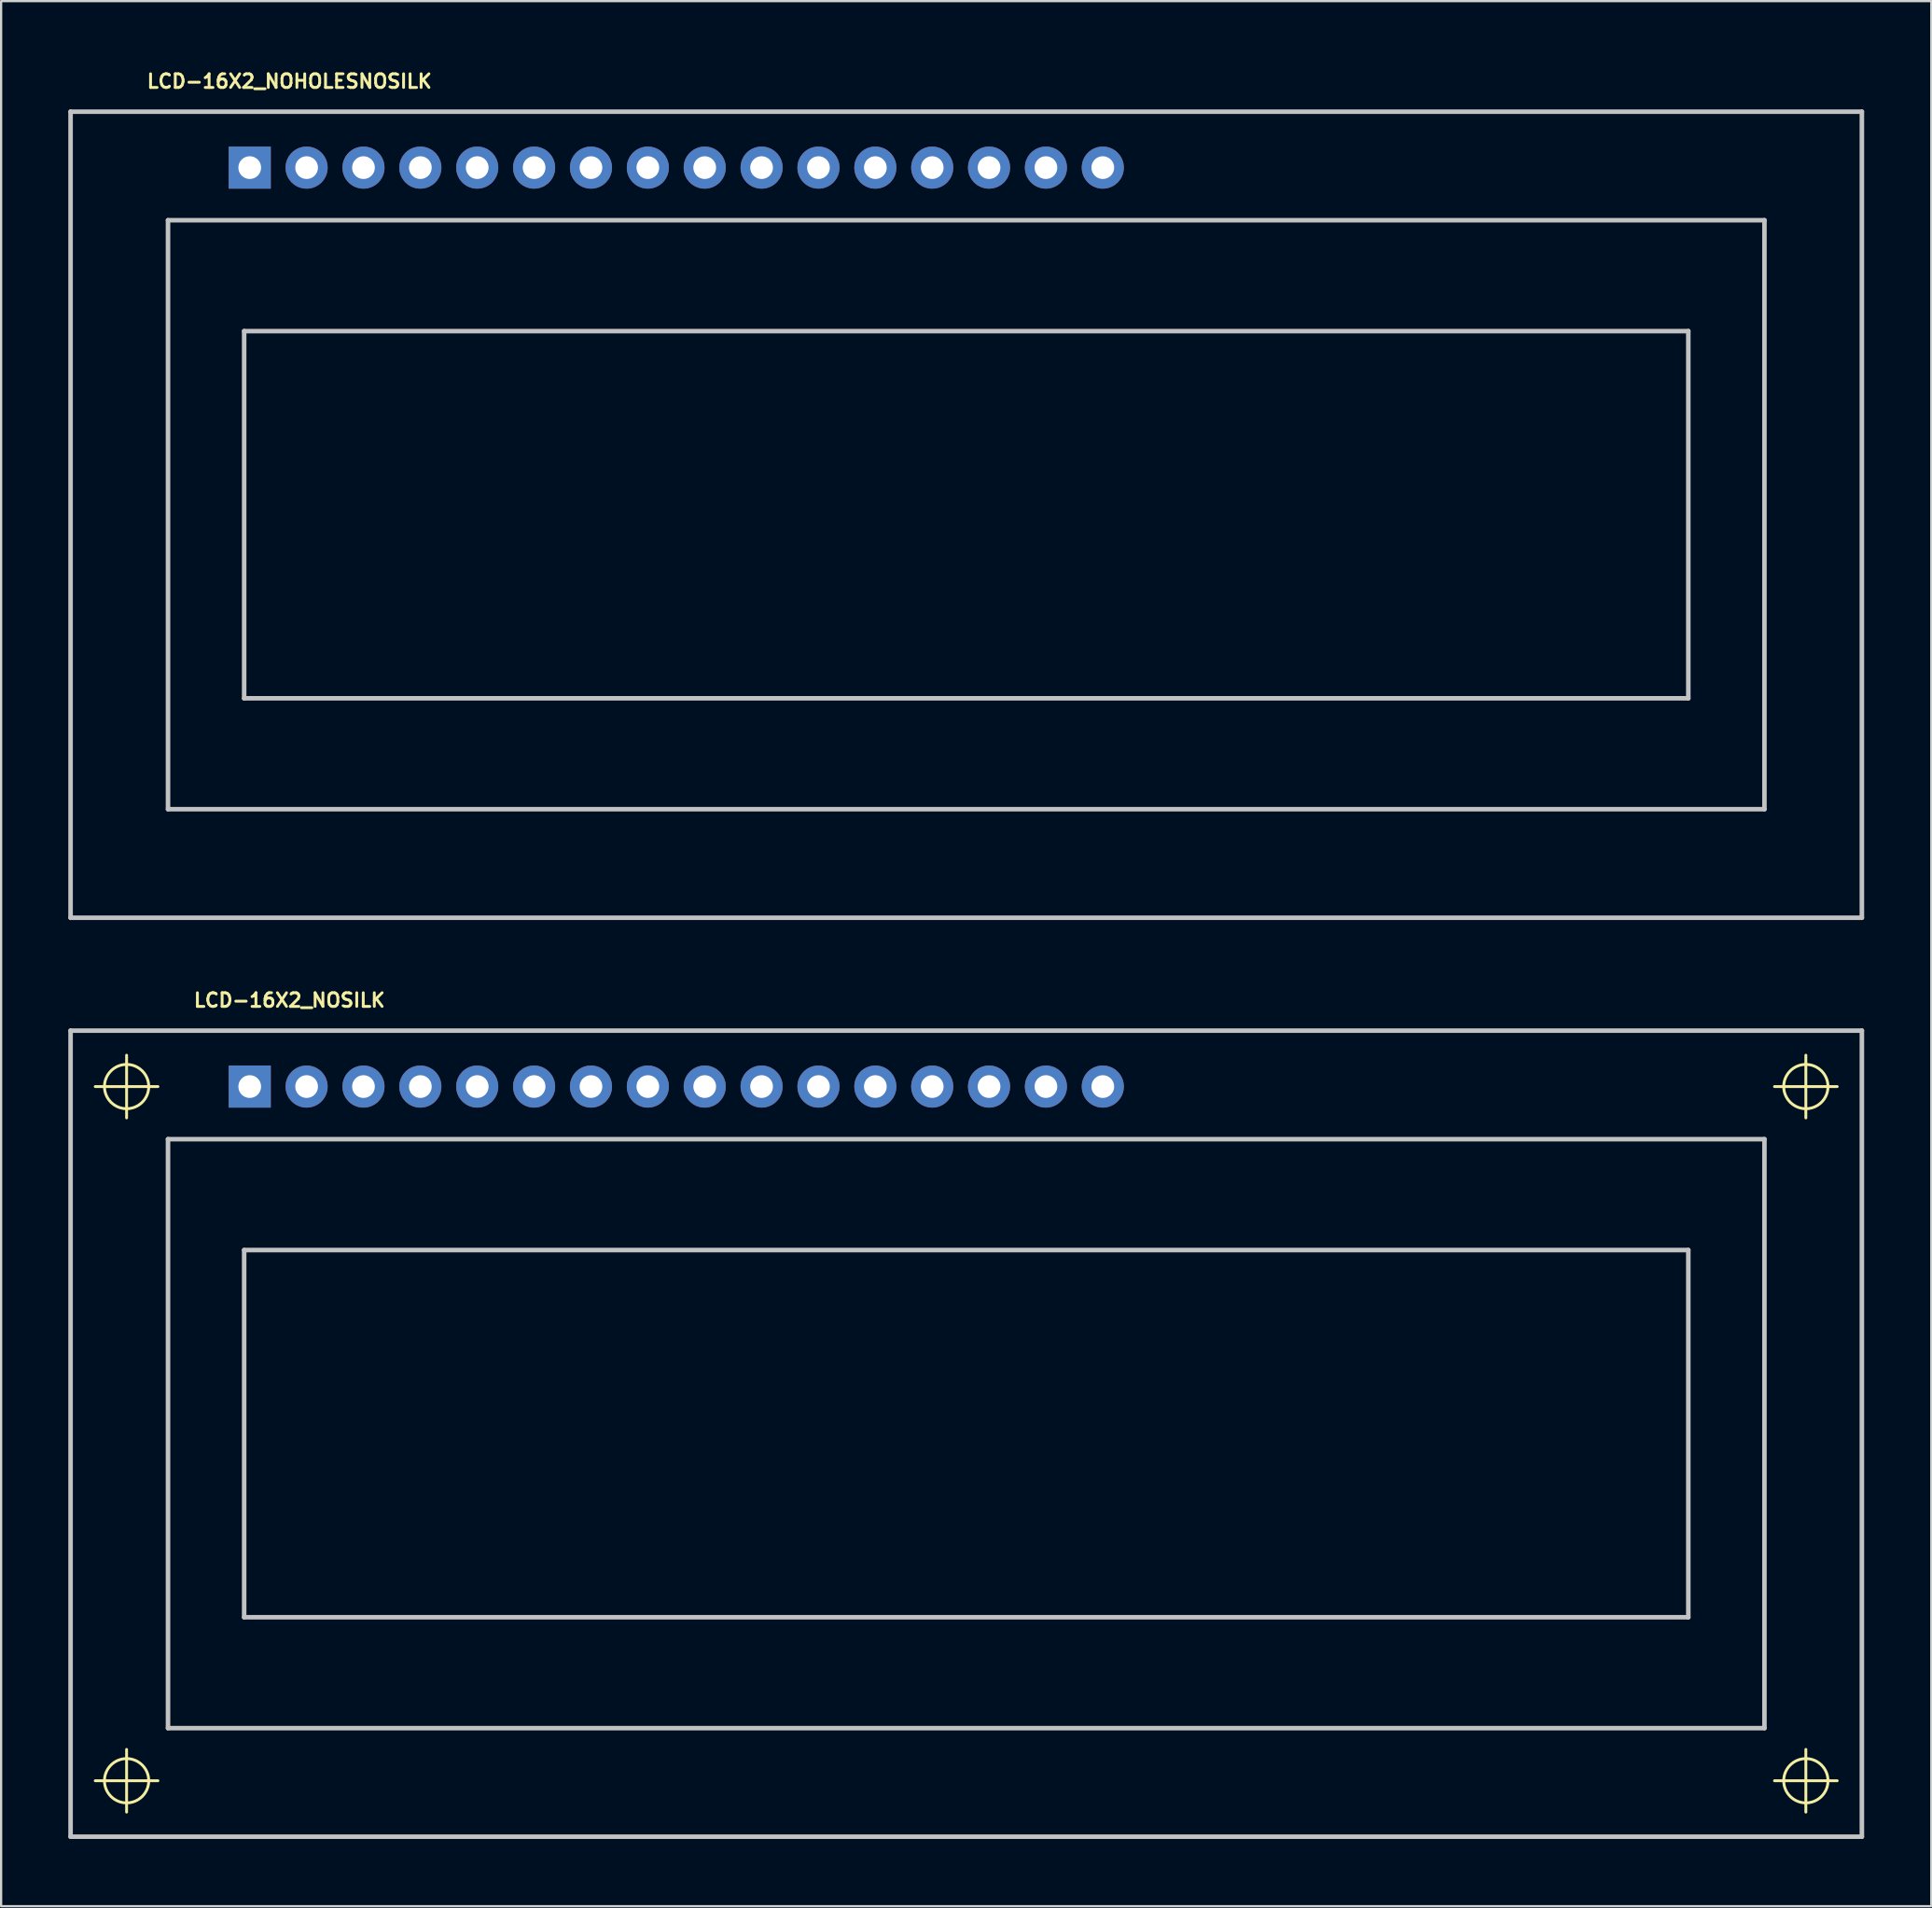
<source format=kicad_pcb>
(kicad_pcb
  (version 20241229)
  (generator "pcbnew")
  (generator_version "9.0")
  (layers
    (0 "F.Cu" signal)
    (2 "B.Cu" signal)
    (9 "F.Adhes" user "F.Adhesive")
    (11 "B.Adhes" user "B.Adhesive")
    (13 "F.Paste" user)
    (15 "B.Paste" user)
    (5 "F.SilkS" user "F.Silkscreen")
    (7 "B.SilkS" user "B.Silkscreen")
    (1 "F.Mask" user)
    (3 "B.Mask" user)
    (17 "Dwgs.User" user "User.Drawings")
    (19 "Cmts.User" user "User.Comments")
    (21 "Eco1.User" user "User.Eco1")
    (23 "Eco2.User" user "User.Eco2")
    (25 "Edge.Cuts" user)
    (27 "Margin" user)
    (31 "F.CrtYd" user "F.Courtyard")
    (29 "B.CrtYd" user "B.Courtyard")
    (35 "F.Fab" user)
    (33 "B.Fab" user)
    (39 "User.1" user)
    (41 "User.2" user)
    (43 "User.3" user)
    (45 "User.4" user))
  (footprint "LCD-16X2_NOHOLESNOSILK"
    (layer "F.Cu")
    (at 40.102 19.934)
    (property "Reference" "LCD-16X2_NOHOLESNOSILK" (at -30.226 -19.355 0) (layer "F.SilkS") (effects (font (size 0.61 0.61) (thickness 0.127))))
    (attr exclude_from_pos_files exclude_from_bom)
    (fp_line (start -40 -17.998) (end 40 -17.998) (stroke (width 0.203) (type solid)) (layer "Dwgs.User"))
    (fp_line (start -40 17.998) (end -40 -17.998) (stroke (width 0.203) (type solid)) (layer "Dwgs.User"))
    (fp_line (start -35.649 -13.15) (end 35.649 -13.15) (stroke (width 0.203) (type solid)) (layer "Dwgs.User"))
    (fp_line (start -35.649 13.15) (end -35.649 -13.15) (stroke (width 0.203) (type solid)) (layer "Dwgs.User"))
    (fp_line (start -32.248 -8.199) (end 32.248 -8.199) (stroke (width 0.203) (type solid)) (layer "Dwgs.User"))
    (fp_line (start -32.248 8.199) (end -32.248 -8.199) (stroke (width 0.203) (type solid)) (layer "Dwgs.User"))
    (fp_line (start 32.248 -8.199) (end 32.248 8.199) (stroke (width 0.203) (type solid)) (layer "Dwgs.User"))
    (fp_line (start 32.248 8.199) (end -32.248 8.199) (stroke (width 0.203) (type solid)) (layer "Dwgs.User"))
    (fp_line (start 35.649 -13.15) (end 35.649 13.15) (stroke (width 0.203) (type solid)) (layer "Dwgs.User"))
    (fp_line (start 35.649 13.15) (end -35.649 13.15) (stroke (width 0.203) (type solid)) (layer "Dwgs.User"))
    (fp_line (start 40 -17.998) (end 40 17.998) (stroke (width 0.203) (type solid)) (layer "Dwgs.User"))
    (fp_line (start 40 17.998) (end -40 17.998) (stroke (width 0.203) (type solid)) (layer "Dwgs.User"))
    (pad "1" thru_hole rect (at -31.999 -15.499) (size 1.88 1.88) (drill 1.016) (layers "*.Cu" "*.Paste" "*.Mask"))
    (pad "2" thru_hole circle (at -29.459 -15.499) (size 1.88 1.88) (drill 1.016) (layers "*.Cu" "*.Paste" "*.Mask"))
    (pad "3" thru_hole circle (at -26.919 -15.499) (size 1.88 1.88) (drill 1.016) (layers "*.Cu" "*.Paste" "*.Mask"))
    (pad "4" thru_hole circle (at -24.379 -15.499) (size 1.88 1.88) (drill 1.016) (layers "*.Cu" "*.Paste" "*.Mask"))
    (pad "5" thru_hole circle (at -21.839 -15.499) (size 1.88 1.88) (drill 1.016) (layers "*.Cu" "*.Paste" "*.Mask"))
    (pad "6" thru_hole circle (at -19.299 -15.499) (size 1.88 1.88) (drill 1.016) (layers "*.Cu" "*.Paste" "*.Mask"))
    (pad "7" thru_hole circle (at -16.759 -15.499) (size 1.88 1.88) (drill 1.016) (layers "*.Cu" "*.Paste" "*.Mask"))
    (pad "8" thru_hole circle (at -14.219 -15.499) (size 1.88 1.88) (drill 1.016) (layers "*.Cu" "*.Paste" "*.Mask"))
    (pad "9" thru_hole circle (at -11.679 -15.499) (size 1.88 1.88) (drill 1.016) (layers "*.Cu" "*.Paste" "*.Mask"))
    (pad "10" thru_hole circle (at -9.139 -15.499) (size 1.88 1.88) (drill 1.016) (layers "*.Cu" "*.Paste" "*.Mask"))
    (pad "11" thru_hole circle (at -6.599 -15.499) (size 1.88 1.88) (drill 1.016) (layers "*.Cu" "*.Paste" "*.Mask"))
    (pad "12" thru_hole circle (at -4.059 -15.499) (size 1.88 1.88) (drill 1.016) (layers "*.Cu" "*.Paste" "*.Mask"))
    (pad "13" thru_hole circle (at -1.519 -15.499) (size 1.88 1.88) (drill 1.016) (layers "*.Cu" "*.Paste" "*.Mask"))
    (pad "14" thru_hole circle (at 1.019 -15.499) (size 1.88 1.88) (drill 1.016) (layers "*.Cu" "*.Paste" "*.Mask"))
    (pad "15" thru_hole circle (at 3.559 -15.499) (size 1.88 1.88) (drill 1.016) (layers "*.Cu" "*.Paste" "*.Mask"))
    (pad "16" thru_hole circle (at 6.099 -15.499) (size 1.88 1.88) (drill 1.016) (layers "*.Cu" "*.Paste" "*.Mask")))
  (footprint "LCD-16X2_NOSILK"
    (layer "F.Cu")
    (at 40.102 60.969)
    (property "Reference" "LCD-16X2_NOSILK" (at -30.226 -19.355 0) (layer "F.SilkS") (effects (font (size 0.61 0.61) (thickness 0.127))))
    (attr exclude_from_pos_files exclude_from_bom)
    (fp_line (start -38.898 -15.499) (end -36.098 -15.499) (stroke (width 0.127) (type solid)) (layer "F.SilkS"))
    (fp_line (start -38.898 15.499) (end -36.098 15.499) (stroke (width 0.127) (type solid)) (layer "F.SilkS"))
    (fp_line (start -37.498 -14.1) (end -37.498 -16.899) (stroke (width 0.127) (type solid)) (layer "F.SilkS"))
    (fp_line (start -37.498 16.899) (end -37.498 14.1) (stroke (width 0.127) (type solid)) (layer "F.SilkS"))
    (fp_line (start 36.098 -15.499) (end 38.898 -15.499) (stroke (width 0.127) (type solid)) (layer "F.SilkS"))
    (fp_line (start 36.098 15.499) (end 38.898 15.499) (stroke (width 0.127) (type solid)) (layer "F.SilkS"))
    (fp_line (start 37.498 -14.1) (end 37.498 -16.899) (stroke (width 0.127) (type solid)) (layer "F.SilkS"))
    (fp_line (start 37.498 16.899) (end 37.498 14.1) (stroke (width 0.127) (type solid)) (layer "F.SilkS"))
    (fp_circle (center -37.498 -15.499) (end -38.197 -16.198) (stroke (width 0.127) (type solid)) (fill no) (layer "F.SilkS"))
    (fp_circle (center -37.498 15.499) (end -38.197 16.198) (stroke (width 0.127) (type solid)) (fill no) (layer "F.SilkS"))
    (fp_circle (center 37.498 -15.499) (end 38.197 -16.198) (stroke (width 0.127) (type solid)) (fill no) (layer "F.SilkS"))
    (fp_circle (center 37.498 15.499) (end 38.197 16.198) (stroke (width 0.127) (type solid)) (fill no) (layer "F.SilkS"))
    (fp_line (start -40 -17.998) (end 40 -17.998) (stroke (width 0.203) (type solid)) (layer "Dwgs.User"))
    (fp_line (start -40 17.998) (end -40 -17.998) (stroke (width 0.203) (type solid)) (layer "Dwgs.User"))
    (fp_line (start -35.649 -13.15) (end 35.649 -13.15) (stroke (width 0.203) (type solid)) (layer "Dwgs.User"))
    (fp_line (start -35.649 13.15) (end -35.649 -13.15) (stroke (width 0.203) (type solid)) (layer "Dwgs.User"))
    (fp_line (start -32.248 -8.199) (end 32.248 -8.199) (stroke (width 0.203) (type solid)) (layer "Dwgs.User"))
    (fp_line (start -32.248 8.199) (end -32.248 -8.199) (stroke (width 0.203) (type solid)) (layer "Dwgs.User"))
    (fp_line (start 32.248 -8.199) (end 32.248 8.199) (stroke (width 0.203) (type solid)) (layer "Dwgs.User"))
    (fp_line (start 32.248 8.199) (end -32.248 8.199) (stroke (width 0.203) (type solid)) (layer "Dwgs.User"))
    (fp_line (start 35.649 -13.15) (end 35.649 13.15) (stroke (width 0.203) (type solid)) (layer "Dwgs.User"))
    (fp_line (start 35.649 13.15) (end -35.649 13.15) (stroke (width 0.203) (type solid)) (layer "Dwgs.User"))
    (fp_line (start 40 -17.998) (end 40 17.998) (stroke (width 0.203) (type solid)) (layer "Dwgs.User"))
    (fp_line (start 40 17.998) (end -40 17.998) (stroke (width 0.203) (type solid)) (layer "Dwgs.User"))
    (pad "1" thru_hole rect (at -31.999 -15.499) (size 1.88 1.88) (drill 1.016) (layers "*.Cu" "*.Paste" "*.Mask"))
    (pad "2" thru_hole circle (at -29.459 -15.499) (size 1.88 1.88) (drill 1.016) (layers "*.Cu" "*.Paste" "*.Mask"))
    (pad "3" thru_hole circle (at -26.919 -15.499) (size 1.88 1.88) (drill 1.016) (layers "*.Cu" "*.Paste" "*.Mask"))
    (pad "4" thru_hole circle (at -24.379 -15.499) (size 1.88 1.88) (drill 1.016) (layers "*.Cu" "*.Paste" "*.Mask"))
    (pad "5" thru_hole circle (at -21.839 -15.499) (size 1.88 1.88) (drill 1.016) (layers "*.Cu" "*.Paste" "*.Mask"))
    (pad "6" thru_hole circle (at -19.299 -15.499) (size 1.88 1.88) (drill 1.016) (layers "*.Cu" "*.Paste" "*.Mask"))
    (pad "7" thru_hole circle (at -16.759 -15.499) (size 1.88 1.88) (drill 1.016) (layers "*.Cu" "*.Paste" "*.Mask"))
    (pad "8" thru_hole circle (at -14.219 -15.499) (size 1.88 1.88) (drill 1.016) (layers "*.Cu" "*.Paste" "*.Mask"))
    (pad "9" thru_hole circle (at -11.679 -15.499) (size 1.88 1.88) (drill 1.016) (layers "*.Cu" "*.Paste" "*.Mask"))
    (pad "10" thru_hole circle (at -9.139 -15.499) (size 1.88 1.88) (drill 1.016) (layers "*.Cu" "*.Paste" "*.Mask"))
    (pad "11" thru_hole circle (at -6.599 -15.499) (size 1.88 1.88) (drill 1.016) (layers "*.Cu" "*.Paste" "*.Mask"))
    (pad "12" thru_hole circle (at -4.059 -15.499) (size 1.88 1.88) (drill 1.016) (layers "*.Cu" "*.Paste" "*.Mask"))
    (pad "13" thru_hole circle (at -1.519 -15.499) (size 1.88 1.88) (drill 1.016) (layers "*.Cu" "*.Paste" "*.Mask"))
    (pad "14" thru_hole circle (at 1.019 -15.499) (size 1.88 1.88) (drill 1.016) (layers "*.Cu" "*.Paste" "*.Mask"))
    (pad "15" thru_hole circle (at 3.559 -15.499) (size 1.88 1.88) (drill 1.016) (layers "*.Cu" "*.Paste" "*.Mask"))
    (pad "16" thru_hole circle (at 6.099 -15.499) (size 1.88 1.88) (drill 1.016) (layers "*.Cu" "*.Paste" "*.Mask")))
  (gr_rect
    (start -3 -3)
    (end 83.203 82.069)
    (stroke (width 0.1) (type default))
    (fill no)
    (layer "Edge.Cuts")))
</source>
